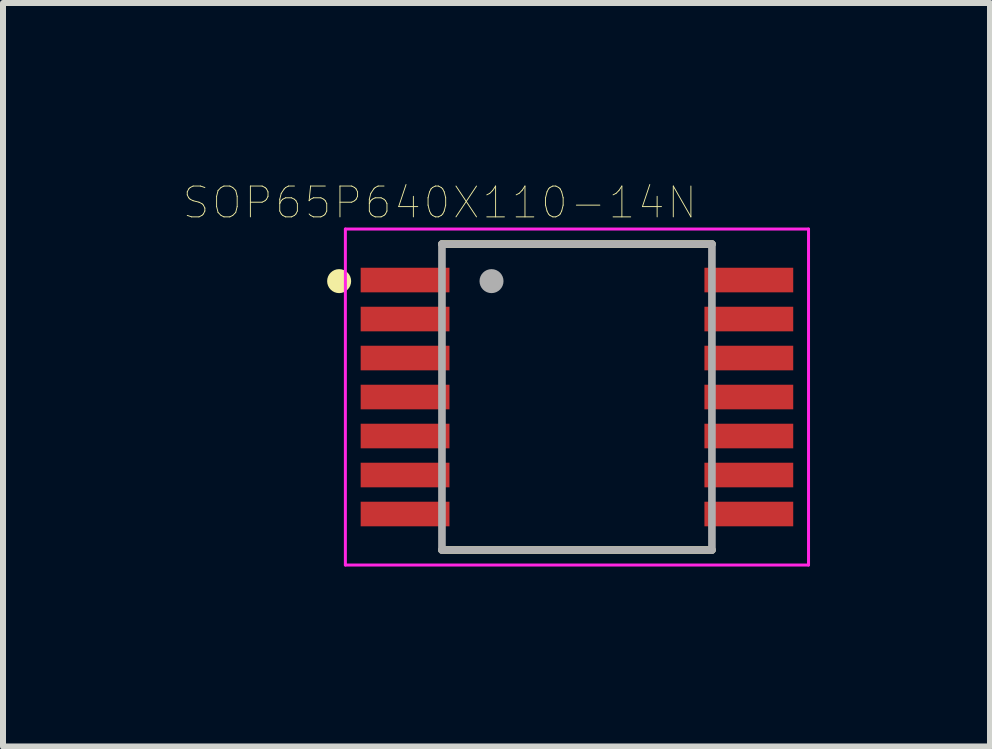
<source format=kicad_pcb>
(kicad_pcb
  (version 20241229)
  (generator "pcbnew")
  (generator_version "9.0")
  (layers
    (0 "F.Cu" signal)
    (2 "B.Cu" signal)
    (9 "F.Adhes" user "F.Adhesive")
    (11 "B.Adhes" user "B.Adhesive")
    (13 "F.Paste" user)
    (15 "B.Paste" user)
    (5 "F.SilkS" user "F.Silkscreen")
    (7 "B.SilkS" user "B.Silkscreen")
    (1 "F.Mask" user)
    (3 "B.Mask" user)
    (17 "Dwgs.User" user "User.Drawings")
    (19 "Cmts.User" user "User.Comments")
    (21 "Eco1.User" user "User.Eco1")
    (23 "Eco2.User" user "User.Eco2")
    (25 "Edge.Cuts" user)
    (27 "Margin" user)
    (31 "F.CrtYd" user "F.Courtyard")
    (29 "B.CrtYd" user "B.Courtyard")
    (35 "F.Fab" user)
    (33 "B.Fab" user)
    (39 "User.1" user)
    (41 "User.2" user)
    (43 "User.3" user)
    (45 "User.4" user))
  (footprint "SOP65P640X110-14N"
    (layer "F.Cu")
    (at 6.567 3.568)
    (property "Reference" "SOP65P640X110-14N" (at -2.286 -3.24 0) (layer "F.SilkS") (effects (font (size 0.514 0.514) (thickness 0.015))))
    (attr through_hole)
    (fp_line (start -2.25 2.55) (end 2.25 2.55) (stroke (width 0.127) (type solid)) (layer "F.SilkS"))
    (fp_line (start 2.25 -2.55) (end -2.25 -2.55) (stroke (width 0.127) (type solid)) (layer "F.SilkS"))
    (fp_circle (center -3.964 -1.932) (end -3.864 -1.932) (stroke (width 0.2) (type solid)) (fill no) (layer "F.SilkS"))
    (fp_line (start -3.86 -2.8) (end -3.86 2.8) (stroke (width 0.05) (type solid)) (layer "F.CrtYd"))
    (fp_line (start -3.86 2.8) (end 3.86 2.8) (stroke (width 0.05) (type solid)) (layer "F.CrtYd"))
    (fp_line (start 3.86 -2.8) (end -3.86 -2.8) (stroke (width 0.05) (type solid)) (layer "F.CrtYd"))
    (fp_line (start 3.86 2.8) (end 3.86 -2.8) (stroke (width 0.05) (type solid)) (layer "F.CrtYd"))
    (fp_line (start -2.25 -2.55) (end -2.25 2.55) (stroke (width 0.127) (type solid)) (layer "F.Fab"))
    (fp_line (start -2.25 2.55) (end 2.25 2.55) (stroke (width 0.127) (type solid)) (layer "F.Fab"))
    (fp_line (start 2.25 -2.55) (end -2.25 -2.55) (stroke (width 0.127) (type solid)) (layer "F.Fab"))
    (fp_line (start 2.25 2.55) (end 2.25 -2.55) (stroke (width 0.127) (type solid)) (layer "F.Fab"))
    (fp_circle (center -1.424 -1.932) (end -1.324 -1.932) (stroke (width 0.2) (type solid)) (fill no) (layer "F.Fab"))
    (pad "1" smd rect (at -2.865 -1.95) (size 1.48 0.41) (layers "F.Cu" "F.Mask" "F.Paste"))
    (pad "2" smd rect (at -2.865 -1.3) (size 1.48 0.41) (layers "F.Cu" "F.Mask" "F.Paste"))
    (pad "3" smd rect (at -2.865 -0.65) (size 1.48 0.41) (layers "F.Cu" "F.Mask" "F.Paste"))
    (pad "4" smd rect (at -2.865 0) (size 1.48 0.41) (layers "F.Cu" "F.Mask" "F.Paste"))
    (pad "5" smd rect (at -2.865 0.65) (size 1.48 0.41) (layers "F.Cu" "F.Mask" "F.Paste"))
    (pad "6" smd rect (at -2.865 1.3) (size 1.48 0.41) (layers "F.Cu" "F.Mask" "F.Paste"))
    (pad "7" smd rect (at -2.865 1.95) (size 1.48 0.41) (layers "F.Cu" "F.Mask" "F.Paste"))
    (pad "8" smd rect (at 2.865 1.95) (size 1.48 0.41) (layers "F.Cu" "F.Mask" "F.Paste"))
    (pad "9" smd rect (at 2.865 1.3) (size 1.48 0.41) (layers "F.Cu" "F.Mask" "F.Paste"))
    (pad "10" smd rect (at 2.865 0.65) (size 1.48 0.41) (layers "F.Cu" "F.Mask" "F.Paste"))
    (pad "11" smd rect (at 2.865 0) (size 1.48 0.41) (layers "F.Cu" "F.Mask" "F.Paste"))
    (pad "12" smd rect (at 2.865 -0.65) (size 1.48 0.41) (layers "F.Cu" "F.Mask" "F.Paste"))
    (pad "13" smd rect (at 2.865 -1.3) (size 1.48 0.41) (layers "F.Cu" "F.Mask" "F.Paste"))
    (pad "14" smd rect (at 2.865 -1.95) (size 1.48 0.41) (layers "F.Cu" "F.Mask" "F.Paste")))
  (gr_rect
    (start -3 -3)
    (end 13.452 9.393)
    (stroke (width 0.1) (type default))
    (fill no)
    (layer "Edge.Cuts")))
</source>
